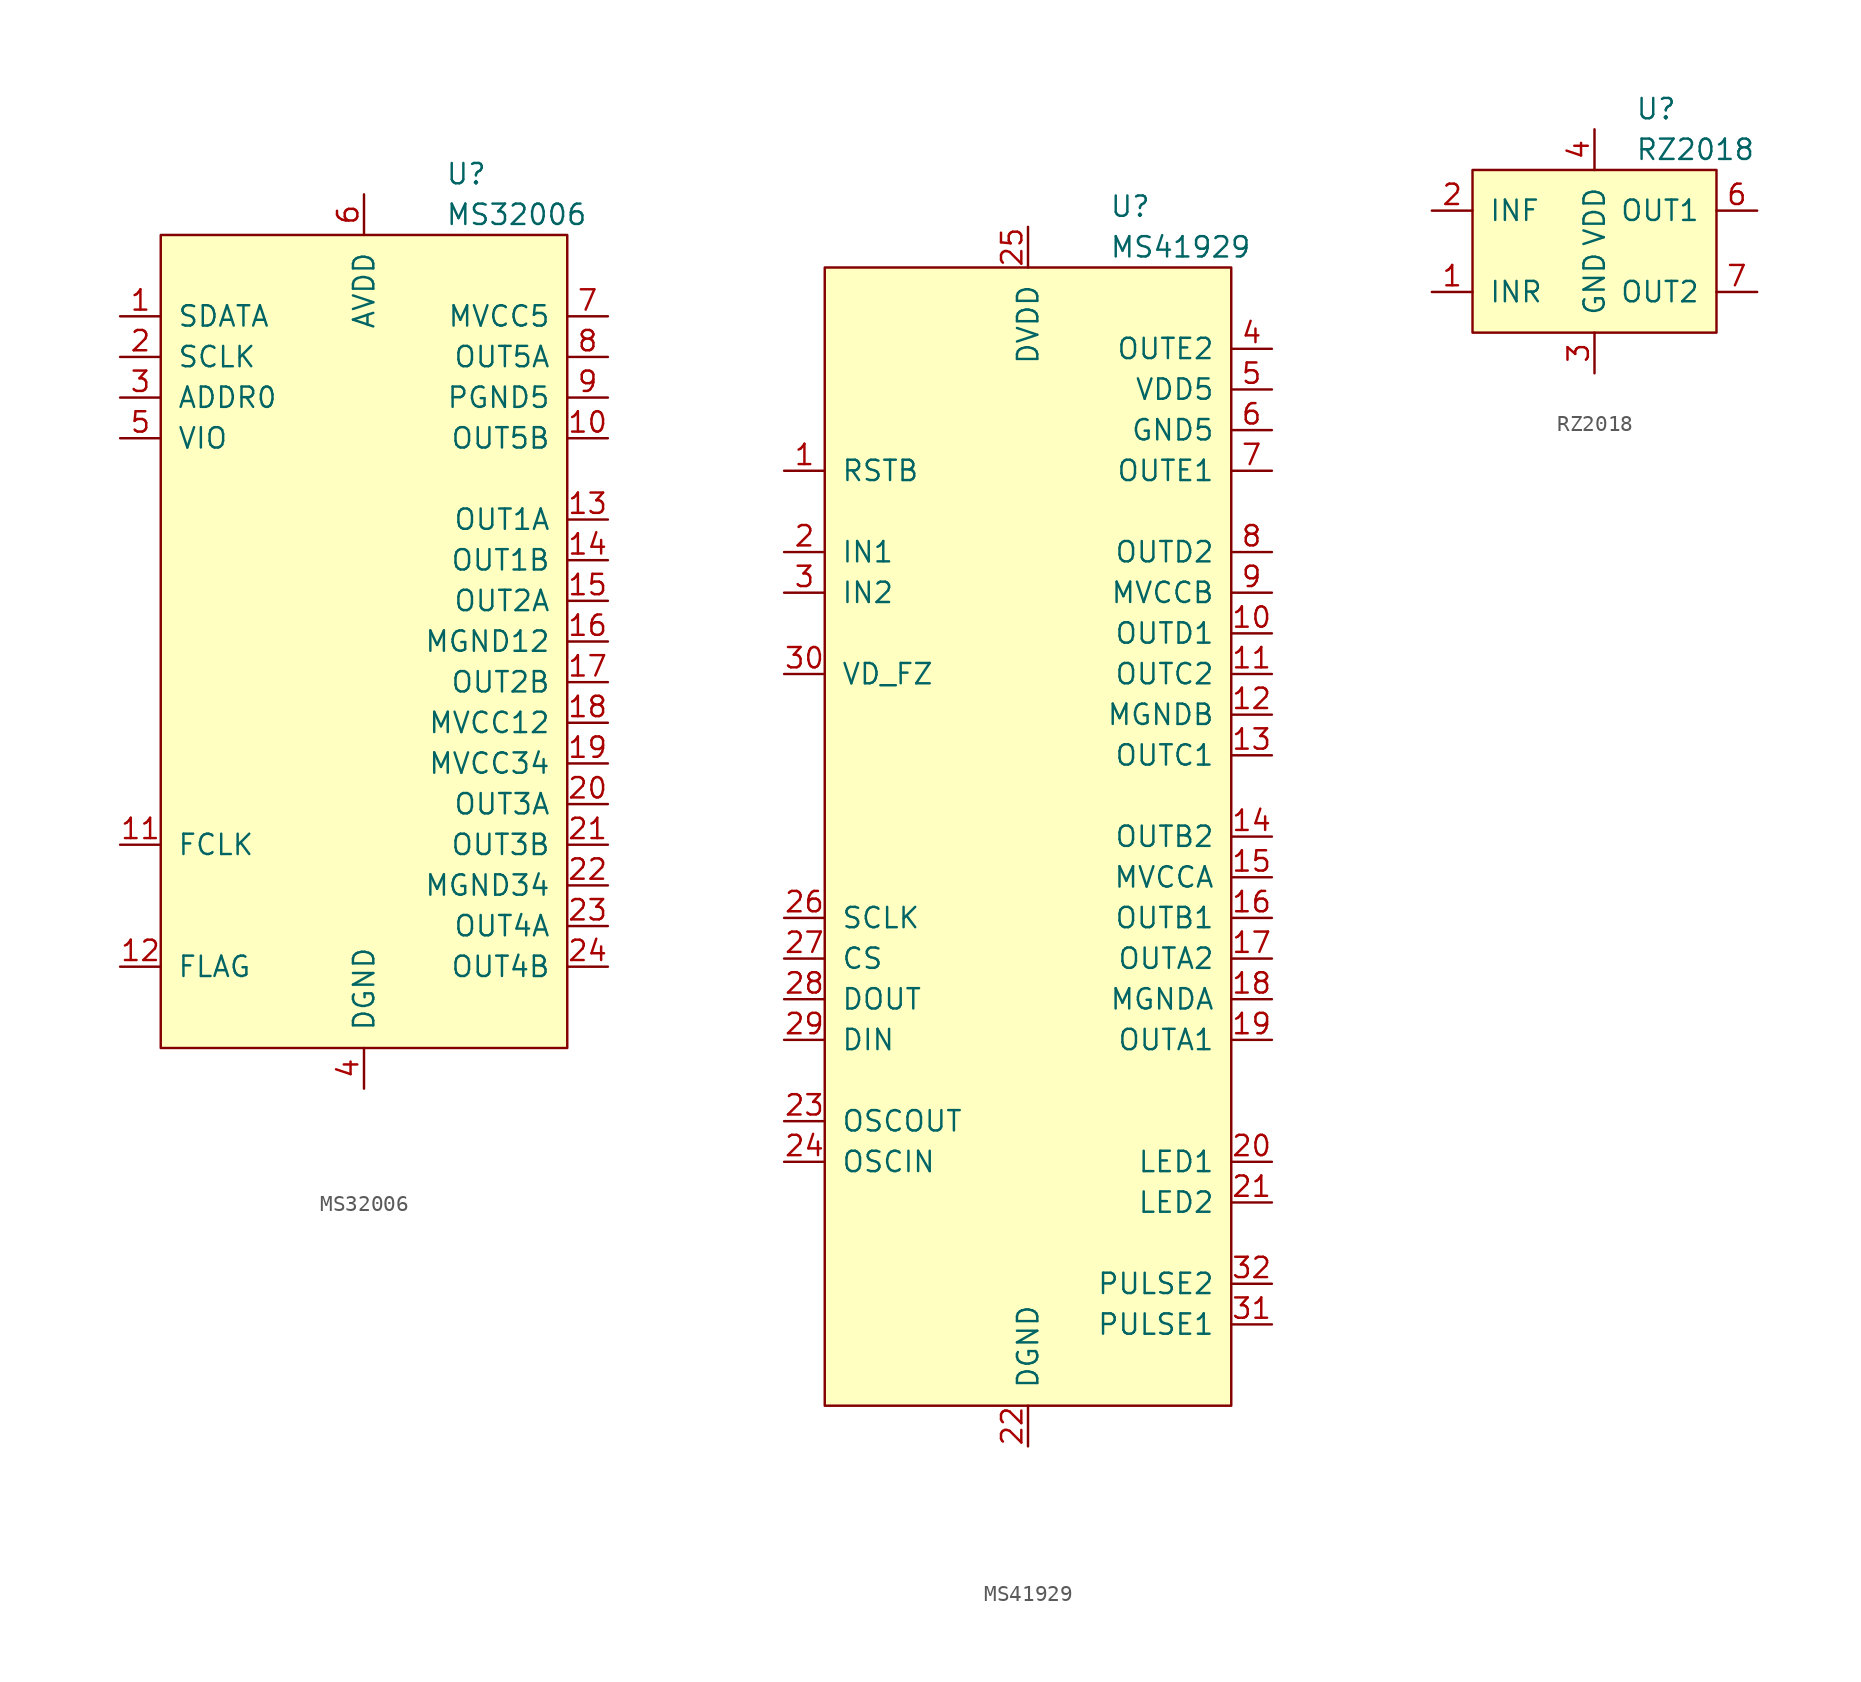
<source format=kicad_sym>
(kicad_symbol_lib
  (version 20241209)
  (generator "kicad_symbol_editor")
  (generator_version "9.0")
  (symbol "MS32006"
    (pin_names
      (offset 1.016))
    (property "Reference" "U"
      (at 5.08 29.21 0)
      (effects (font (size 1.27 1.27)) (justify left)))
    (property "Value" "MS32006"
      (at 5.08 26.67 0)
      (effects (font (size 1.27 1.27)) (justify left)))
    (symbol "MS32006_0_1"
      (rectangle (start -12.7 25.4) (end 12.7 -25.4) (stroke (width 0) (type default)) (fill (type background))))
    (symbol "MS32006_1_0"
      (pin input line (at -15.24 -12.7 0) (length 2.54) (name "FCLK" (effects (font (size 1.27 1.27)))) (number "11" (effects (font (size 1.27 1.27)))))
      (pin output line (at -15.24 -20.32 0) (length 2.54) (name "FLAG" (effects (font (size 1.27 1.27)))) (number "12" (effects (font (size 1.27 1.27)))))
      (pin power_in line (at 0 -27.94 90) (length 2.54) (hide yes) (name "PGND" (effects (font (size 1.27 1.27)))) (number "25" (effects (font (size 1.27 1.27)))))
      (pin power_in line (at 15.24 15.24 180) (length 2.54) (name "PGND5" (effects (font (size 1.27 1.27)))) (number "9" (effects (font (size 1.27 1.27)))))
      (pin power_out line (at 15.24 12.7 180) (length 2.54) (name "OUT5B" (effects (font (size 1.27 1.27)))) (number "10" (effects (font (size 1.27 1.27)))))
      (pin power_out line (at 15.24 7.62 180) (length 2.54) (name "OUT1A" (effects (font (size 1.27 1.27)))) (number "13" (effects (font (size 1.27 1.27)))))
      (pin power_out line (at 15.24 5.08 180) (length 2.54) (name "OUT1B" (effects (font (size 1.27 1.27)))) (number "14" (effects (font (size 1.27 1.27)))))
      (pin power_out line (at 15.24 2.54 180) (length 2.54) (name "OUT2A" (effects (font (size 1.27 1.27)))) (number "15" (effects (font (size 1.27 1.27)))))
      (pin power_in line (at 15.24 0 180) (length 2.54) (name "MGND12" (effects (font (size 1.27 1.27)))) (number "16" (effects (font (size 1.27 1.27)))))
      (pin power_out line (at 15.24 -2.54 180) (length 2.54) (name "OUT2B" (effects (font (size 1.27 1.27)))) (number "17" (effects (font (size 1.27 1.27)))))
      (pin power_in line (at 15.24 -5.08 180) (length 2.54) (name "MVCC12" (effects (font (size 1.27 1.27)))) (number "18" (effects (font (size 1.27 1.27)))))
      (pin power_in line (at 15.24 -7.62 180) (length 2.54) (name "MVCC34" (effects (font (size 1.27 1.27)))) (number "19" (effects (font (size 1.27 1.27)))))
      (pin power_out line (at 15.24 -10.16 180) (length 2.54) (name "OUT3A" (effects (font (size 1.27 1.27)))) (number "20" (effects (font (size 1.27 1.27)))))
      (pin power_out line (at 15.24 -12.7 180) (length 2.54) (name "OUT3B" (effects (font (size 1.27 1.27)))) (number "21" (effects (font (size 1.27 1.27)))))
      (pin power_in line (at 15.24 -15.24 180) (length 2.54) (name "MGND34" (effects (font (size 1.27 1.27)))) (number "22" (effects (font (size 1.27 1.27)))))
      (pin power_out line (at 15.24 -17.78 180) (length 2.54) (name "OUT4A" (effects (font (size 1.27 1.27)))) (number "23" (effects (font (size 1.27 1.27)))))
      (pin power_out line (at 15.24 -20.32 180) (length 2.54) (name "OUT4B" (effects (font (size 1.27 1.27)))) (number "24" (effects (font (size 1.27 1.27))))))
    (symbol "MS32006_1_1"
      (pin bidirectional line (at -15.24 20.32 0) (length 2.54) (name "SDATA" (effects (font (size 1.27 1.27)))) (number "1" (effects (font (size 1.27 1.27)))))
      (pin input line (at -15.24 17.78 0) (length 2.54) (name "SCLK" (effects (font (size 1.27 1.27)))) (number "2" (effects (font (size 1.27 1.27)))))
      (pin input line (at -15.24 15.24 0) (length 2.54) (name "ADDR0" (effects (font (size 1.27 1.27)))) (number "3" (effects (font (size 1.27 1.27)))))
      (pin power_in line (at -15.24 12.7 0) (length 2.54) (name "VIO" (effects (font (size 1.27 1.27)))) (number "5" (effects (font (size 1.27 1.27)))))
      (pin power_in line (at 0 27.94 270) (length 2.54) (name "AVDD" (effects (font (size 1.27 1.27)))) (number "6" (effects (font (size 1.27 1.27)))))
      (pin power_in line (at 0 -27.94 90) (length 2.54) (name "DGND" (effects (font (size 1.27 1.27)))) (number "4" (effects (font (size 1.27 1.27)))))
      (pin power_in line (at 15.24 20.32 180) (length 2.54) (name "MVCC5" (effects (font (size 1.27 1.27)))) (number "7" (effects (font (size 1.27 1.27)))))
      (pin power_out line (at 15.24 17.78 180) (length 2.54) (name "OUT5A" (effects (font (size 1.27 1.27)))) (number "8" (effects (font (size 1.27 1.27)))))))
  (symbol "MS41929"
    (pin_names
      (offset 1.016))
    (property "Reference" "U"
      (at 5.08 39.37 0)
      (effects (font (size 1.27 1.27)) (justify left)))
    (property "Value" "MS41929"
      (at 5.08 36.83 0)
      (effects (font (size 1.27 1.27)) (justify left)))
    (symbol "MS41929_0_1"
      (rectangle (start -12.7 35.56) (end 12.7 -35.56) (stroke (width 0) (type default)) (fill (type background))))
    (symbol "MS41929_1_0"
      (pin input line (at -15.24 10.16 0) (length 2.54) (name "VD_FZ" (effects (font (size 1.27 1.27)))) (number "30" (effects (font (size 1.27 1.27)))))
      (pin input line (at -15.24 -5.08 0) (length 2.54) (name "SCLK" (effects (font (size 1.27 1.27)))) (number "26" (effects (font (size 1.27 1.27)))))
      (pin input line (at -15.24 -7.62 0) (length 2.54) (name "CS" (effects (font (size 1.27 1.27)))) (number "27" (effects (font (size 1.27 1.27)))))
      (pin output line (at -15.24 -10.16 0) (length 2.54) (name "DOUT" (effects (font (size 1.27 1.27)))) (number "28" (effects (font (size 1.27 1.27)))))
      (pin input line (at -15.24 -12.7 0) (length 2.54) (name "DIN" (effects (font (size 1.27 1.27)))) (number "29" (effects (font (size 1.27 1.27)))))
      (pin output line (at -15.24 -17.78 0) (length 2.54) (name "OSCOUT" (effects (font (size 1.27 1.27)))) (number "23" (effects (font (size 1.27 1.27)))))
      (pin input line (at -15.24 -20.32 0) (length 2.54) (name "OSCIN" (effects (font (size 1.27 1.27)))) (number "24" (effects (font (size 1.27 1.27)))))
      (pin power_in line (at 0 38.1 270) (length 2.54) (name "DVDD" (effects (font (size 1.27 1.27)))) (number "25" (effects (font (size 1.27 1.27)))))
      (pin power_in line (at 0 -38.1 90) (length 2.54) (name "DGND" (effects (font (size 1.27 1.27)))) (number "22" (effects (font (size 1.27 1.27)))))
      (pin power_in line (at 0 -38.1 90) (length 2.54) (hide yes) (name "DGND" (effects (font (size 1.27 1.27)))) (number "33" (effects (font (size 1.27 1.27)))))
      (pin power_in line (at 15.24 15.24 180) (length 2.54) (name "MVCCB" (effects (font (size 1.27 1.27)))) (number "9" (effects (font (size 1.27 1.27)))))
      (pin power_out line (at 15.24 12.7 180) (length 2.54) (name "OUTD1" (effects (font (size 1.27 1.27)))) (number "10" (effects (font (size 1.27 1.27)))))
      (pin power_out line (at 15.24 10.16 180) (length 2.54) (name "OUTC2" (effects (font (size 1.27 1.27)))) (number "11" (effects (font (size 1.27 1.27)))))
      (pin power_in line (at 15.24 7.62 180) (length 2.54) (name "MGNDB" (effects (font (size 1.27 1.27)))) (number "12" (effects (font (size 1.27 1.27)))))
      (pin power_out line (at 15.24 5.08 180) (length 2.54) (name "OUTC1" (effects (font (size 1.27 1.27)))) (number "13" (effects (font (size 1.27 1.27)))))
      (pin power_out line (at 15.24 0 180) (length 2.54) (name "OUTB2" (effects (font (size 1.27 1.27)))) (number "14" (effects (font (size 1.27 1.27)))))
      (pin power_in line (at 15.24 -2.54 180) (length 2.54) (name "MVCCA" (effects (font (size 1.27 1.27)))) (number "15" (effects (font (size 1.27 1.27)))))
      (pin power_out line (at 15.24 -5.08 180) (length 2.54) (name "OUTB1" (effects (font (size 1.27 1.27)))) (number "16" (effects (font (size 1.27 1.27)))))
      (pin power_out line (at 15.24 -7.62 180) (length 2.54) (name "OUTA2" (effects (font (size 1.27 1.27)))) (number "17" (effects (font (size 1.27 1.27)))))
      (pin power_in line (at 15.24 -10.16 180) (length 2.54) (name "MGNDA" (effects (font (size 1.27 1.27)))) (number "18" (effects (font (size 1.27 1.27)))))
      (pin power_out line (at 15.24 -12.7 180) (length 2.54) (name "OUTA1" (effects (font (size 1.27 1.27)))) (number "19" (effects (font (size 1.27 1.27)))))
      (pin output line (at 15.24 -20.32 180) (length 2.54) (name "LED1" (effects (font (size 1.27 1.27)))) (number "20" (effects (font (size 1.27 1.27)))))
      (pin output line (at 15.24 -22.86 180) (length 2.54) (name "LED2" (effects (font (size 1.27 1.27)))) (number "21" (effects (font (size 1.27 1.27)))))
      (pin output line (at 15.24 -27.94 180) (length 2.54) (name "PULSE2" (effects (font (size 1.27 1.27)))) (number "32" (effects (font (size 1.27 1.27)))))
      (pin output line (at 15.24 -30.48 180) (length 2.54) (name "PULSE1" (effects (font (size 1.27 1.27)))) (number "31" (effects (font (size 1.27 1.27))))))
    (symbol "MS41929_1_1"
      (pin input line (at -15.24 22.86 0) (length 2.54) (name "RSTB" (effects (font (size 1.27 1.27)))) (number "1" (effects (font (size 1.27 1.27)))))
      (pin input line (at -15.24 17.78 0) (length 2.54) (name "IN1" (effects (font (size 1.27 1.27)))) (number "2" (effects (font (size 1.27 1.27)))))
      (pin input line (at -15.24 15.24 0) (length 2.54) (name "IN2" (effects (font (size 1.27 1.27)))) (number "3" (effects (font (size 1.27 1.27)))))
      (pin power_out line (at 15.24 30.48 180) (length 2.54) (name "OUTE2" (effects (font (size 1.27 1.27)))) (number "4" (effects (font (size 1.27 1.27)))))
      (pin power_in line (at 15.24 27.94 180) (length 2.54) (name "VDD5" (effects (font (size 1.27 1.27)))) (number "5" (effects (font (size 1.27 1.27)))))
      (pin power_in line (at 15.24 25.4 180) (length 2.54) (name "GND5" (effects (font (size 1.27 1.27)))) (number "6" (effects (font (size 1.27 1.27)))))
      (pin power_out line (at 15.24 22.86 180) (length 2.54) (name "OUTE1" (effects (font (size 1.27 1.27)))) (number "7" (effects (font (size 1.27 1.27)))))
      (pin power_out line (at 15.24 17.78 180) (length 2.54) (name "OUTD2" (effects (font (size 1.27 1.27)))) (number "8" (effects (font (size 1.27 1.27)))))))
  (symbol "RZ2018"
    (pin_names
      (offset 1.016))
    (property "Reference" "U"
      (at 2.54 8.89 0)
      (effects (font (size 1.27 1.27)) (justify left)))
    (property "Value" "RZ2018"
      (at 2.54 6.35 0)
      (effects (font (size 1.27 1.27)) (justify left)))
    (symbol "RZ2018_0_1"
      (rectangle (start -7.62 5.08) (end 7.62 -5.08) (stroke (width 0) (type default)) (fill (type background))))
    (symbol "RZ2018_1_1"
      (pin input line (at -10.16 2.54 0) (length 2.54) (name "INF" (effects (font (size 1.27 1.27)))) (number "2" (effects (font (size 1.27 1.27)))))
      (pin input line (at -10.16 -2.54 0) (length 2.54) (name "INR" (effects (font (size 1.27 1.27)))) (number "1" (effects (font (size 1.27 1.27)))))
      (pin power_in line (at 0 7.62 270) (length 2.54) (name "VDD" (effects (font (size 1.27 1.27)))) (number "4" (effects (font (size 1.27 1.27)))))
      (pin power_in line (at 0 -7.62 90) (length 2.54) (name "GND" (effects (font (size 1.27 1.27)))) (number "3" (effects (font (size 1.27 1.27)))))
      (pin power_out line (at 10.16 2.54 180) (length 2.54) (hide yes) (name "OUT1" (effects (font (size 1.27 1.27)))) (number "5" (effects (font (size 1.27 1.27)))))
      (pin power_out line (at 10.16 2.54 180) (length 2.54) (name "OUT1" (effects (font (size 1.27 1.27)))) (number "6" (effects (font (size 1.27 1.27)))))
      (pin power_out line (at 10.16 -2.54 180) (length 2.54) (name "OUT2" (effects (font (size 1.27 1.27)))) (number "7" (effects (font (size 1.27 1.27)))))
      (pin power_out line (at 10.16 -2.54 180) (length 2.54) (hide yes) (name "OUT2" (effects (font (size 1.27 1.27)))) (number "8" (effects (font (size 1.27 1.27))))))))
</source>
